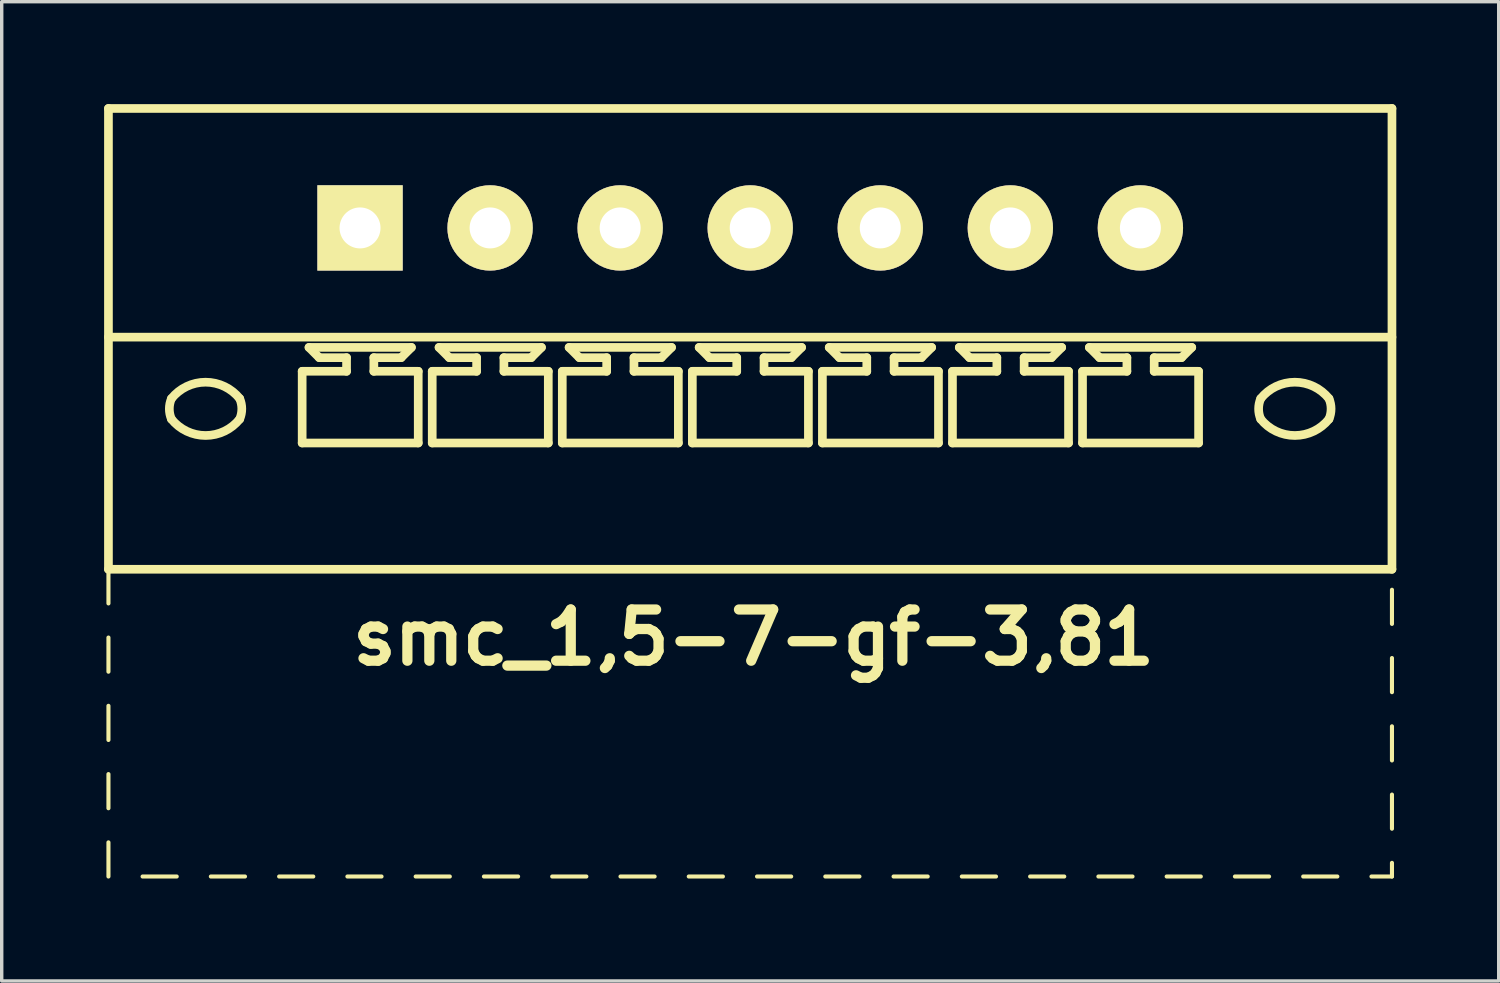
<source format=kicad_pcb>
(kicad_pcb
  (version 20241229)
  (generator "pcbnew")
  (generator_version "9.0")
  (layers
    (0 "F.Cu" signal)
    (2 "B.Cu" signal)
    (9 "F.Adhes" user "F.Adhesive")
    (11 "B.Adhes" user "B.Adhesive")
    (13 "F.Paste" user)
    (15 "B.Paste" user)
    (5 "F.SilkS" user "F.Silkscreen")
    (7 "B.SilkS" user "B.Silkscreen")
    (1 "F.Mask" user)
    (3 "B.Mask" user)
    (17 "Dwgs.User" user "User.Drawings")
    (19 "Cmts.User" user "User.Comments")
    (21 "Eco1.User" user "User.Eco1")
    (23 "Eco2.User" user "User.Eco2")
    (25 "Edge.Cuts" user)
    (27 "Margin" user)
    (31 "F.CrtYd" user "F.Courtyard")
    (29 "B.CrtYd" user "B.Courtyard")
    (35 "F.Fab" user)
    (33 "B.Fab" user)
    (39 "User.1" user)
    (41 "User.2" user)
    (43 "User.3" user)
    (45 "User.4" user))
  (footprint "smc_1,5-7-gf-3,81"
    (layer "F.Cu")
    (at 18.927 3.627)
    (property "Reference" "smc_1,5-7-gf-3,81" (at 0.1 12 0) (layer "F.SilkS") (effects (font (size 1.5 1.5) (thickness 0.3))))
    (attr through_hole)
    (fp_line (start -18.8 -3.5) (end -18.8 10) (stroke (width 0.254) (type solid)) (layer "F.SilkS"))
    (fp_line (start -18.8 -3.5) (end 18.8 -3.5) (stroke (width 0.254) (type solid)) (layer "F.SilkS"))
    (fp_line (start -18.8 3.2) (end 18.8 3.2) (stroke (width 0.254) (type solid)) (layer "F.SilkS"))
    (fp_line (start -18.8 10) (end -18.8 11) (stroke (width 0.12) (type solid)) (layer "F.SilkS"))
    (fp_line (start -18.8 10) (end 18.8 10) (stroke (width 0.254) (type solid)) (layer "F.SilkS"))
    (fp_line (start -18.8 12) (end -18.8 13) (stroke (width 0.12) (type solid)) (layer "F.SilkS"))
    (fp_line (start -18.8 14) (end -18.8 15) (stroke (width 0.12) (type solid)) (layer "F.SilkS"))
    (fp_line (start -18.8 16) (end -18.8 17) (stroke (width 0.12) (type solid)) (layer "F.SilkS"))
    (fp_line (start -18.8 18) (end -18.8 19) (stroke (width 0.12) (type solid)) (layer "F.SilkS"))
    (fp_line (start -17.8 19) (end -16.8 19) (stroke (width 0.12) (type solid)) (layer "F.SilkS"))
    (fp_line (start -15.8 19) (end -14.8 19) (stroke (width 0.12) (type solid)) (layer "F.SilkS"))
    (fp_line (start -13.8 19) (end -12.8 19) (stroke (width 0.12) (type solid)) (layer "F.SilkS"))
    (fp_line (start -13.125 4.2) (end -11.825 4.2) (stroke (width 0.254) (type solid)) (layer "F.SilkS"))
    (fp_line (start -13.125 6.3) (end -13.125 4.2) (stroke (width 0.254) (type solid)) (layer "F.SilkS"))
    (fp_line (start -12.925 3.5) (end -9.925 3.5) (stroke (width 0.254) (type solid)) (layer "F.SilkS"))
    (fp_line (start -12.625 3.8) (end -12.925 3.5) (stroke (width 0.254) (type solid)) (layer "F.SilkS"))
    (fp_line (start -11.825 3.8) (end -12.625 3.8) (stroke (width 0.254) (type solid)) (layer "F.SilkS"))
    (fp_line (start -11.825 4.2) (end -11.825 3.8) (stroke (width 0.254) (type solid)) (layer "F.SilkS"))
    (fp_line (start -11.8 19) (end -10.8 19) (stroke (width 0.12) (type solid)) (layer "F.SilkS"))
    (fp_line (start -11.025 3.8) (end -11.025 4.2) (stroke (width 0.254) (type solid)) (layer "F.SilkS"))
    (fp_line (start -11.025 4.2) (end -9.725 4.2) (stroke (width 0.254) (type solid)) (layer "F.SilkS"))
    (fp_line (start -10.225 3.8) (end -11.025 3.8) (stroke (width 0.254) (type solid)) (layer "F.SilkS"))
    (fp_line (start -10.225 3.8) (end -9.925 3.5) (stroke (width 0.254) (type solid)) (layer "F.SilkS"))
    (fp_line (start -9.8 19) (end -8.8 19) (stroke (width 0.12) (type solid)) (layer "F.SilkS"))
    (fp_line (start -9.725 4.2) (end -9.725 6.3) (stroke (width 0.254) (type solid)) (layer "F.SilkS"))
    (fp_line (start -9.725 6.3) (end -13.125 6.3) (stroke (width 0.254) (type solid)) (layer "F.SilkS"))
    (fp_line (start -9.315 4.2) (end -8.015 4.2) (stroke (width 0.254) (type solid)) (layer "F.SilkS"))
    (fp_line (start -9.315 6.3) (end -9.315 4.2) (stroke (width 0.254) (type solid)) (layer "F.SilkS"))
    (fp_line (start -9.115 3.5) (end -6.115 3.5) (stroke (width 0.254) (type solid)) (layer "F.SilkS"))
    (fp_line (start -8.815 3.8) (end -9.115 3.5) (stroke (width 0.254) (type solid)) (layer "F.SilkS"))
    (fp_line (start -8.015 3.8) (end -8.815 3.8) (stroke (width 0.254) (type solid)) (layer "F.SilkS"))
    (fp_line (start -8.015 4.2) (end -8.015 3.8) (stroke (width 0.254) (type solid)) (layer "F.SilkS"))
    (fp_line (start -7.8 19) (end -6.8 19) (stroke (width 0.12) (type solid)) (layer "F.SilkS"))
    (fp_line (start -7.215 3.8) (end -7.215 4.2) (stroke (width 0.254) (type solid)) (layer "F.SilkS"))
    (fp_line (start -7.215 4.2) (end -5.915 4.2) (stroke (width 0.254) (type solid)) (layer "F.SilkS"))
    (fp_line (start -6.415 3.8) (end -7.215 3.8) (stroke (width 0.254) (type solid)) (layer "F.SilkS"))
    (fp_line (start -6.415 3.8) (end -6.115 3.5) (stroke (width 0.254) (type solid)) (layer "F.SilkS"))
    (fp_line (start -5.915 4.2) (end -5.915 6.3) (stroke (width 0.254) (type solid)) (layer "F.SilkS"))
    (fp_line (start -5.915 6.3) (end -9.315 6.3) (stroke (width 0.254) (type solid)) (layer "F.SilkS"))
    (fp_line (start -5.8 19) (end -4.8 19) (stroke (width 0.12) (type solid)) (layer "F.SilkS"))
    (fp_line (start -5.505 4.2) (end -4.205 4.2) (stroke (width 0.254) (type solid)) (layer "F.SilkS"))
    (fp_line (start -5.505 6.3) (end -5.505 4.2) (stroke (width 0.254) (type solid)) (layer "F.SilkS"))
    (fp_line (start -5.305 3.5) (end -2.305 3.5) (stroke (width 0.254) (type solid)) (layer "F.SilkS"))
    (fp_line (start -5.005 3.8) (end -5.305 3.5) (stroke (width 0.254) (type solid)) (layer "F.SilkS"))
    (fp_line (start -4.205 3.8) (end -5.005 3.8) (stroke (width 0.254) (type solid)) (layer "F.SilkS"))
    (fp_line (start -4.205 4.2) (end -4.205 3.8) (stroke (width 0.254) (type solid)) (layer "F.SilkS"))
    (fp_line (start -3.8 19) (end -2.8 19) (stroke (width 0.12) (type solid)) (layer "F.SilkS"))
    (fp_line (start -3.405 3.8) (end -3.405 4.2) (stroke (width 0.254) (type solid)) (layer "F.SilkS"))
    (fp_line (start -3.405 4.2) (end -2.105 4.2) (stroke (width 0.254) (type solid)) (layer "F.SilkS"))
    (fp_line (start -2.605 3.8) (end -3.405 3.8) (stroke (width 0.254) (type solid)) (layer "F.SilkS"))
    (fp_line (start -2.605 3.8) (end -2.305 3.5) (stroke (width 0.254) (type solid)) (layer "F.SilkS"))
    (fp_line (start -2.105 4.2) (end -2.105 6.3) (stroke (width 0.254) (type solid)) (layer "F.SilkS"))
    (fp_line (start -2.105 6.3) (end -5.505 6.3) (stroke (width 0.254) (type solid)) (layer "F.SilkS"))
    (fp_line (start -1.8 19) (end -0.8 19) (stroke (width 0.12) (type solid)) (layer "F.SilkS"))
    (fp_line (start -1.695 4.2) (end -0.395 4.2) (stroke (width 0.254) (type solid)) (layer "F.SilkS"))
    (fp_line (start -1.695 6.3) (end -1.695 4.2) (stroke (width 0.254) (type solid)) (layer "F.SilkS"))
    (fp_line (start -1.495 3.5) (end 1.505 3.5) (stroke (width 0.254) (type solid)) (layer "F.SilkS"))
    (fp_line (start -1.195 3.8) (end -1.495 3.5) (stroke (width 0.254) (type solid)) (layer "F.SilkS"))
    (fp_line (start -0.395 3.8) (end -1.195 3.8) (stroke (width 0.254) (type solid)) (layer "F.SilkS"))
    (fp_line (start -0.395 4.2) (end -0.395 3.8) (stroke (width 0.254) (type solid)) (layer "F.SilkS"))
    (fp_line (start 0.2 19) (end 1.2 19) (stroke (width 0.12) (type solid)) (layer "F.SilkS"))
    (fp_line (start 0.405 3.8) (end 0.405 4.2) (stroke (width 0.254) (type solid)) (layer "F.SilkS"))
    (fp_line (start 0.405 4.2) (end 1.705 4.2) (stroke (width 0.254) (type solid)) (layer "F.SilkS"))
    (fp_line (start 1.205 3.8) (end 0.405 3.8) (stroke (width 0.254) (type solid)) (layer "F.SilkS"))
    (fp_line (start 1.205 3.8) (end 1.505 3.5) (stroke (width 0.254) (type solid)) (layer "F.SilkS"))
    (fp_line (start 1.705 4.2) (end 1.705 6.3) (stroke (width 0.254) (type solid)) (layer "F.SilkS"))
    (fp_line (start 1.705 6.3) (end -1.695 6.3) (stroke (width 0.254) (type solid)) (layer "F.SilkS"))
    (fp_line (start 2.115 4.2) (end 3.415 4.2) (stroke (width 0.254) (type solid)) (layer "F.SilkS"))
    (fp_line (start 2.115 6.3) (end 2.115 4.2) (stroke (width 0.254) (type solid)) (layer "F.SilkS"))
    (fp_line (start 2.2 19) (end 3.2 19) (stroke (width 0.12) (type solid)) (layer "F.SilkS"))
    (fp_line (start 2.315 3.5) (end 5.315 3.5) (stroke (width 0.254) (type solid)) (layer "F.SilkS"))
    (fp_line (start 2.615 3.8) (end 2.315 3.5) (stroke (width 0.254) (type solid)) (layer "F.SilkS"))
    (fp_line (start 3.415 3.8) (end 2.615 3.8) (stroke (width 0.254) (type solid)) (layer "F.SilkS"))
    (fp_line (start 3.415 4.2) (end 3.415 3.8) (stroke (width 0.254) (type solid)) (layer "F.SilkS"))
    (fp_line (start 4.2 19) (end 5.2 19) (stroke (width 0.12) (type solid)) (layer "F.SilkS"))
    (fp_line (start 4.215 3.8) (end 4.215 4.2) (stroke (width 0.254) (type solid)) (layer "F.SilkS"))
    (fp_line (start 4.215 4.2) (end 5.515 4.2) (stroke (width 0.254) (type solid)) (layer "F.SilkS"))
    (fp_line (start 5.015 3.8) (end 4.215 3.8) (stroke (width 0.254) (type solid)) (layer "F.SilkS"))
    (fp_line (start 5.015 3.8) (end 5.315 3.5) (stroke (width 0.254) (type solid)) (layer "F.SilkS"))
    (fp_line (start 5.515 4.2) (end 5.515 6.3) (stroke (width 0.254) (type solid)) (layer "F.SilkS"))
    (fp_line (start 5.515 6.3) (end 2.115 6.3) (stroke (width 0.254) (type solid)) (layer "F.SilkS"))
    (fp_line (start 5.925 4.2) (end 7.225 4.2) (stroke (width 0.254) (type solid)) (layer "F.SilkS"))
    (fp_line (start 5.925 6.3) (end 5.925 4.2) (stroke (width 0.254) (type solid)) (layer "F.SilkS"))
    (fp_line (start 6.125 3.5) (end 9.125 3.5) (stroke (width 0.254) (type solid)) (layer "F.SilkS"))
    (fp_line (start 6.2 19) (end 7.2 19) (stroke (width 0.12) (type solid)) (layer "F.SilkS"))
    (fp_line (start 6.425 3.8) (end 6.125 3.5) (stroke (width 0.254) (type solid)) (layer "F.SilkS"))
    (fp_line (start 7.225 3.8) (end 6.425 3.8) (stroke (width 0.254) (type solid)) (layer "F.SilkS"))
    (fp_line (start 7.225 4.2) (end 7.225 3.8) (stroke (width 0.254) (type solid)) (layer "F.SilkS"))
    (fp_line (start 8.025 3.8) (end 8.025 4.2) (stroke (width 0.254) (type solid)) (layer "F.SilkS"))
    (fp_line (start 8.025 4.2) (end 9.325 4.2) (stroke (width 0.254) (type solid)) (layer "F.SilkS"))
    (fp_line (start 8.2 19) (end 9.2 19) (stroke (width 0.12) (type solid)) (layer "F.SilkS"))
    (fp_line (start 8.825 3.8) (end 8.025 3.8) (stroke (width 0.254) (type solid)) (layer "F.SilkS"))
    (fp_line (start 8.825 3.8) (end 9.125 3.5) (stroke (width 0.254) (type solid)) (layer "F.SilkS"))
    (fp_line (start 9.325 4.2) (end 9.325 6.3) (stroke (width 0.254) (type solid)) (layer "F.SilkS"))
    (fp_line (start 9.325 6.3) (end 5.925 6.3) (stroke (width 0.254) (type solid)) (layer "F.SilkS"))
    (fp_line (start 9.735 4.2) (end 11.035 4.2) (stroke (width 0.254) (type solid)) (layer "F.SilkS"))
    (fp_line (start 9.735 6.3) (end 9.735 4.2) (stroke (width 0.254) (type solid)) (layer "F.SilkS"))
    (fp_line (start 9.935 3.5) (end 12.935 3.5) (stroke (width 0.254) (type solid)) (layer "F.SilkS"))
    (fp_line (start 10.2 19) (end 11.2 19) (stroke (width 0.12) (type solid)) (layer "F.SilkS"))
    (fp_line (start 10.235 3.8) (end 9.935 3.5) (stroke (width 0.254) (type solid)) (layer "F.SilkS"))
    (fp_line (start 11.035 3.8) (end 10.235 3.8) (stroke (width 0.254) (type solid)) (layer "F.SilkS"))
    (fp_line (start 11.035 4.2) (end 11.035 3.8) (stroke (width 0.254) (type solid)) (layer "F.SilkS"))
    (fp_line (start 11.835 3.8) (end 11.835 4.2) (stroke (width 0.254) (type solid)) (layer "F.SilkS"))
    (fp_line (start 11.835 4.2) (end 13.135 4.2) (stroke (width 0.254) (type solid)) (layer "F.SilkS"))
    (fp_line (start 12.2 19) (end 13.2 19) (stroke (width 0.12) (type solid)) (layer "F.SilkS"))
    (fp_line (start 12.635 3.8) (end 11.835 3.8) (stroke (width 0.254) (type solid)) (layer "F.SilkS"))
    (fp_line (start 12.635 3.8) (end 12.935 3.5) (stroke (width 0.254) (type solid)) (layer "F.SilkS"))
    (fp_line (start 13.135 4.2) (end 13.135 6.3) (stroke (width 0.254) (type solid)) (layer "F.SilkS"))
    (fp_line (start 13.135 6.3) (end 9.735 6.3) (stroke (width 0.254) (type solid)) (layer "F.SilkS"))
    (fp_line (start 14.2 19) (end 15.2 19) (stroke (width 0.12) (type solid)) (layer "F.SilkS"))
    (fp_line (start 16.2 19) (end 17.2 19) (stroke (width 0.12) (type solid)) (layer "F.SilkS"))
    (fp_line (start 18.2 19) (end 18.8 19) (stroke (width 0.12) (type solid)) (layer "F.SilkS"))
    (fp_line (start 18.8 -3.5) (end 18.8 10) (stroke (width 0.254) (type solid)) (layer "F.SilkS"))
    (fp_line (start 18.8 11.6) (end 18.8 10.6) (stroke (width 0.12) (type solid)) (layer "F.SilkS"))
    (fp_line (start 18.8 13.6) (end 18.8 12.6) (stroke (width 0.12) (type solid)) (layer "F.SilkS"))
    (fp_line (start 18.8 15.6) (end 18.8 14.6) (stroke (width 0.12) (type solid)) (layer "F.SilkS"))
    (fp_line (start 18.8 16.6) (end 18.8 17.6) (stroke (width 0.12) (type solid)) (layer "F.SilkS"))
    (fp_line (start 18.8 18.6) (end 18.8 19) (stroke (width 0.12) (type solid)) (layer "F.SilkS"))
    (fp_arc (start -16.955274 5.000342) (mid -15.955219 4.519375) (end -14.955 5) (stroke (width 0.254) (type solid)) (layer "F.SilkS"))
    (fp_arc (start -16.954985 5.600034) (mid -17.016577 5.300019) (end -16.955 5) (stroke (width 0.254) (type solid)) (layer "F.SilkS"))
    (fp_arc (start -14.955015 4.999966) (mid -14.893423 5.299981) (end -14.955 5.6) (stroke (width 0.254) (type solid)) (layer "F.SilkS"))
    (fp_arc (start -14.954726 5.599658) (mid -15.954781 6.080625) (end -16.955 5.6) (stroke (width 0.254) (type solid)) (layer "F.SilkS"))
    (fp_arc (start 14.954726 5.000342) (mid 15.954781 4.519375) (end 16.955 5) (stroke (width 0.254) (type solid)) (layer "F.SilkS"))
    (fp_arc (start 14.955015 5.600034) (mid 14.893423 5.300019) (end 14.955 5) (stroke (width 0.254) (type solid)) (layer "F.SilkS"))
    (fp_arc (start 16.954985 4.999966) (mid 17.016577 5.299981) (end 16.955 5.6) (stroke (width 0.254) (type solid)) (layer "F.SilkS"))
    (fp_arc (start 16.955274 5.599658) (mid 15.955219 6.080625) (end 14.955 5.6) (stroke (width 0.254) (type solid)) (layer "F.SilkS"))
    (pad "1" thru_hole rect (at -11.43 0) (size 2.5 2.5) (drill 1.2) (layers "*.Cu" "*.Mask" "F.SilkS"))
    (pad "2" thru_hole circle (at -7.62 0) (size 2.5 2.5) (drill 1.2) (layers "*.Cu" "*.Mask" "F.SilkS"))
    (pad "3" thru_hole circle (at -3.81 0) (size 2.5 2.5) (drill 1.2) (layers "*.Cu" "*.Mask" "F.SilkS"))
    (pad "4" thru_hole circle (at 0 0) (size 2.5 2.5) (drill 1.2) (layers "*.Cu" "*.Mask" "F.SilkS"))
    (pad "5" thru_hole circle (at 3.81 0) (size 2.5 2.5) (drill 1.2) (layers "*.Cu" "*.Mask" "F.SilkS"))
    (pad "6" thru_hole circle (at 7.62 0) (size 2.5 2.5) (drill 1.2) (layers "*.Cu" "*.Mask" "F.SilkS"))
    (pad "7" thru_hole circle (at 11.43 0) (size 2.5 2.5) (drill 1.2) (layers "*.Cu" "*.Mask" "F.SilkS")))
  (gr_rect
    (start -3 -3)
    (end 40.854 25.687)
    (stroke (width 0.1) (type default))
    (fill no)
    (layer "Edge.Cuts")))
</source>
